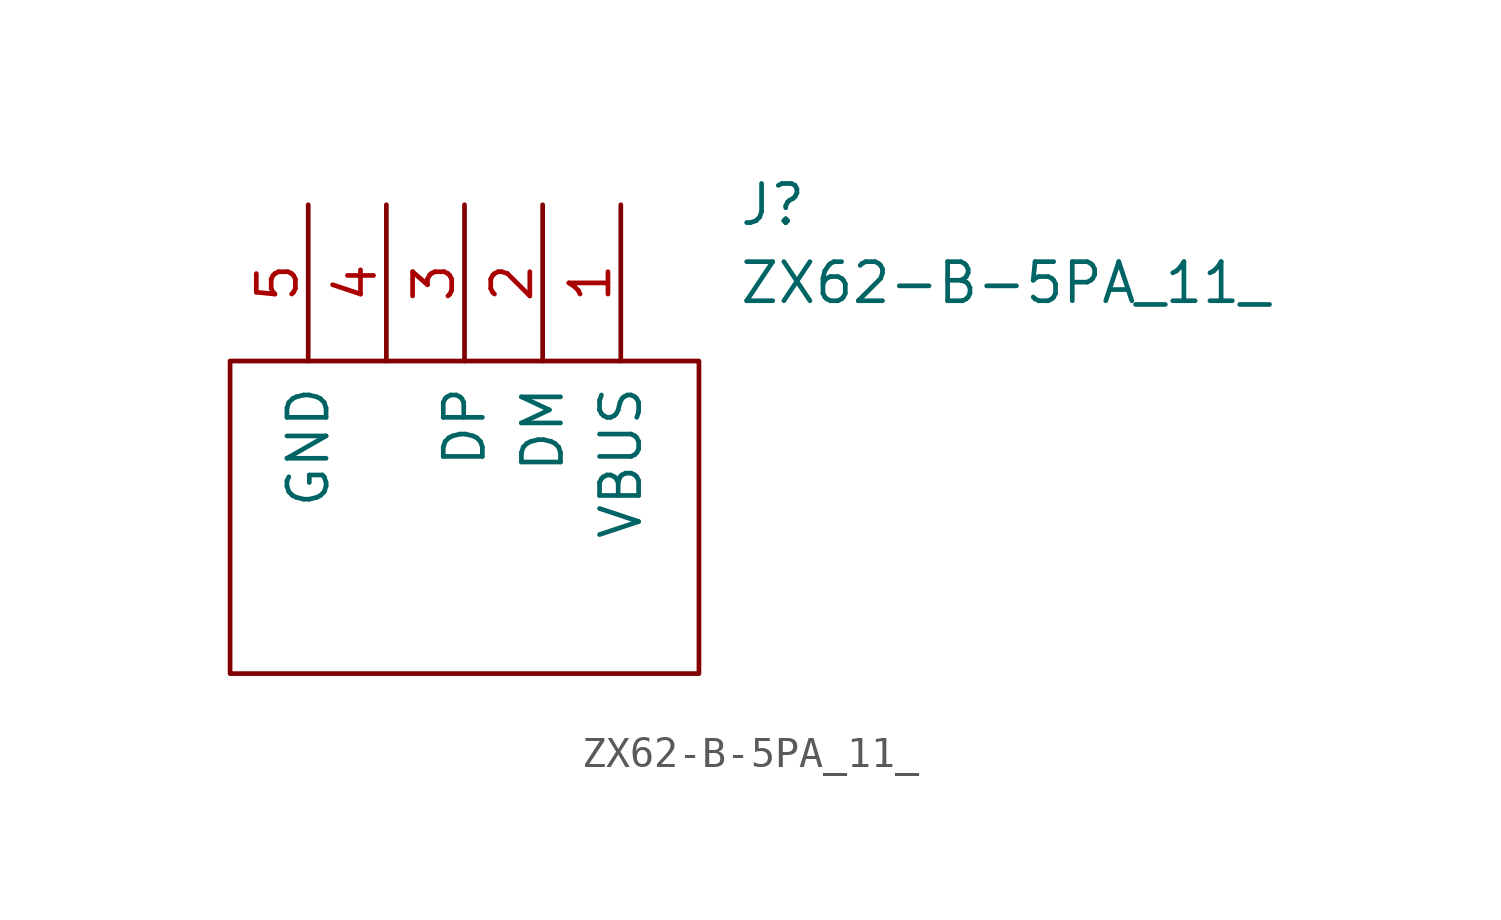
<source format=kicad_sym>
(kicad_symbol_lib
  (version 20220914)
  (generator kicad_symbol_editor)
  (symbol "ZX62-B-5PA_11_"
    (pin_names
      (offset 0.762))
    (property "Reference" "J"
      (at 13.97 0 0)
      (effects (font (size 1.27 1.27)) (justify left)))
    (property "Value" "ZX62-B-5PA_11_"
      (at 13.97 -2.54 0)
      (effects (font (size 1.27 1.27)) (justify left)))
    (symbol "ZX62-B-5PA_11__0_0"
      (pin power_out line (at 10.16 0 270) (length 5.08) (name "VBUS" (effects (font (size 1.27 1.27)))) (number "1" (effects (font (size 1.27 1.27)))))
      (pin bidirectional line (at 7.62 0 270) (length 5.08) (name "DM" (effects (font (size 1.27 1.27)))) (number "2" (effects (font (size 1.27 1.27)))))
      (pin bidirectional line (at 5.08 0 270) (length 5.08) (name "DP" (effects (font (size 1.27 1.27)))) (number "3" (effects (font (size 1.27 1.27)))))
      (pin bidirectional line (at 2.54 0 270) (length 5.08) (name "~" (effects (font (size 1.27 1.27)))) (number "4" (effects (font (size 1.27 1.27)))))
      (pin power_out line (at 0 0 270) (length 5.08) (name "GND" (effects (font (size 1.27 1.27)))) (number "5" (effects (font (size 1.27 1.27))))))
    (symbol "ZX62-B-5PA_11__0_1"
      (polyline (pts (xy -2.54 -5.08) (xy 12.7 -5.08) (xy 12.7 -15.24) (xy -2.54 -15.24) (xy -2.54 -5.08)) (stroke (width 0.152) (type solid)) (fill (type none))))))
</source>
